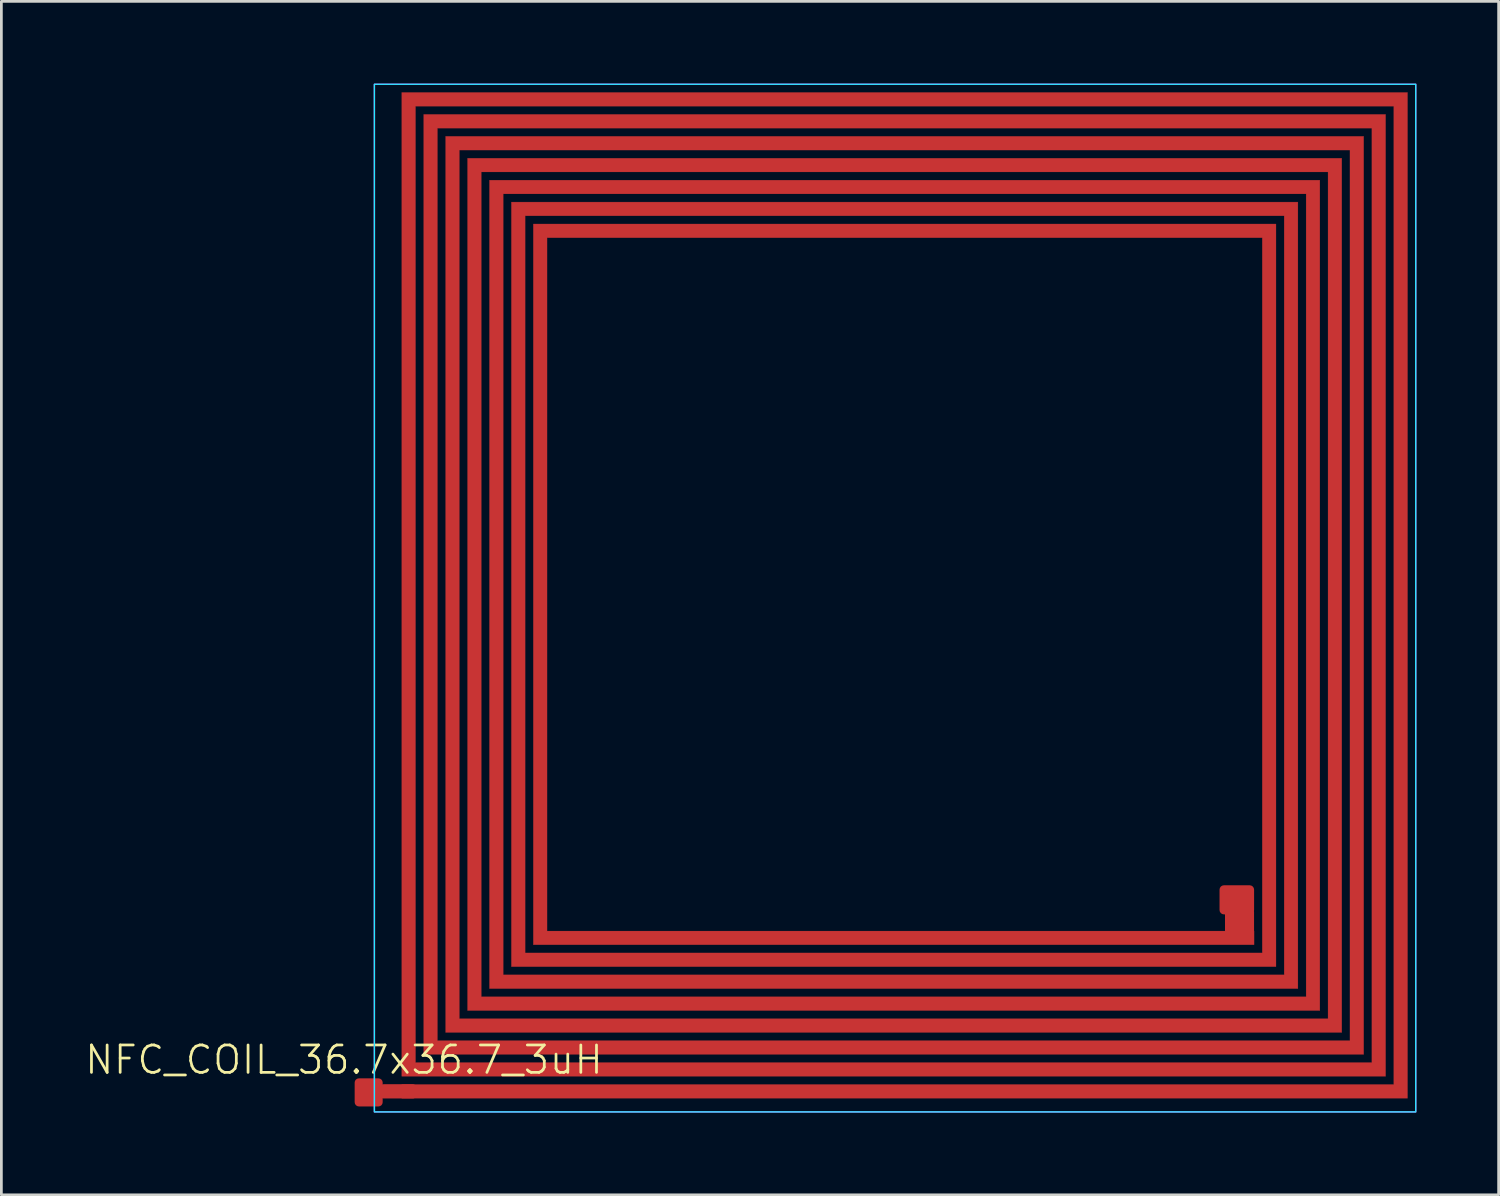
<source format=kicad_pcb>
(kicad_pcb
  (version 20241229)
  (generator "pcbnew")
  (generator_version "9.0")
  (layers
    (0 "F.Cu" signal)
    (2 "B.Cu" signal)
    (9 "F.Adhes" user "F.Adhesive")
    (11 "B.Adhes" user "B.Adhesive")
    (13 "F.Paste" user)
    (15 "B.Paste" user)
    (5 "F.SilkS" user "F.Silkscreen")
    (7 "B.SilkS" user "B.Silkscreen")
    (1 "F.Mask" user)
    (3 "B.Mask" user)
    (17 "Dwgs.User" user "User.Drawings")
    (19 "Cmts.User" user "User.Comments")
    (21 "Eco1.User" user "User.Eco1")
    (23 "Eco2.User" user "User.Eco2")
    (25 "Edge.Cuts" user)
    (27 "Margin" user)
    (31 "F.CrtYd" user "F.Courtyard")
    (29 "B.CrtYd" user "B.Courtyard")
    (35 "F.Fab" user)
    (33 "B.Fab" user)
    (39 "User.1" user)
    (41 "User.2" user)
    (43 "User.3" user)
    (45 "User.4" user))
  (footprint "NFC_COIL_36.7x36.7_3uH"
    (layer "F.Cu")
    (at 11.612 37.025)
    (property "Reference" "NFC_COIL_36.7x36.7_3uH" (at -2.11 -1.4 0) (unlocked yes) (layer "F.SilkS") (effects (font (size 1 1) (thickness 0.1))))
    (attr smd)
    (fp_rect (start -0.67 -0.41) (end 0.41 -0.09) (stroke (width 0.2) (type solid)) (fill yes) (layer "F.Cu"))
    (fp_rect (start 30.14 -6.795) (end 31 -6.105) (stroke (width 0.2) (type solid)) (fill yes) (layer "F.Cu"))
    (fp_poly (pts (xy 0 0) (xy 36.7 0) (xy 36.7 -36.7) (xy 0 -36.7) (xy 0 -0.8) (xy 35.9 -0.8) (xy 35.9 -35.9) (xy 0.8 -35.9) (xy 0.8 -1.6) (xy 35.1 -1.6) (xy 35.1 -35.1) (xy 1.6 -35.1) (xy 1.6 -2.4) (xy 34.3 -2.4) (xy 34.3 -34.3) (xy 2.4 -34.3) (xy 2.4 -3.2) (xy 33.5 -3.2) (xy 33.5 -33.5) (xy 3.2 -33.5) (xy 3.2 -4) (xy 32.7 -4) (xy 32.7 -32.7) (xy 4 -32.7) (xy 4 -4.8) (xy 31.9 -4.8) (xy 31.9 -31.9) (xy 4.8 -31.9) (xy 4.8 -5.6) (xy 31.1 -5.6) (xy 31.1 -6.1) (xy 30 -6.1) (xy 5.3 -6.1) (xy 5.3 -31.4) (xy 31.4 -31.4) (xy 31.4 -5.3) (xy 4.5 -5.3) (xy 4.5 -32.2) (xy 32.2 -32.2) (xy 32.2 -4.5) (xy 3.7 -4.5) (xy 3.7 -33) (xy 33 -33) (xy 33 -3.7) (xy 2.9 -3.7) (xy 2.9 -33.8) (xy 33.8 -33.8) (xy 33.8 -2.9) (xy 2.1 -2.9) (xy 2.1 -34.6) (xy 34.6 -34.6) (xy 34.6 -2.1) (xy 1.3 -2.1) (xy 1.3 -35.4) (xy 35.4 -35.4) (xy 35.4 -1.3) (xy 0.5 -1.3) (xy 0.5 -36.2) (xy 36.2 -36.2) (xy 36.2 -0.5) (xy 0 -0.5)) (stroke (width 0.01) (type solid)) (fill yes) (layer "F.Cu"))
    (fp_rect (start -1 -37) (end 37 0.5) (stroke (width 0.05) (type default)) (fill no) (layer "B.CrtYd"))
    (fp_rect (start -1 -37) (end 37 0.5) (stroke (width 0.05) (type default)) (fill no) (layer "F.CrtYd"))
    (pad "1" smd roundrect (at 30.471 -7.239) (size 1.261 1.062) (layers "F.Cu" "F.Mask" "F.Paste") (roundrect_rratio 0.15))
    (pad "2" smd roundrect (at -1.209 -0.212) (size 1.022 1.025) (layers "F.Cu" "F.Mask" "F.Paste") (roundrect_rratio 0.15)))
  (gr_rect
    (start -3 -3)
    (end 51.637 40.55)
    (stroke (width 0.1) (type default))
    (fill no)
    (layer "Edge.Cuts")))
</source>
